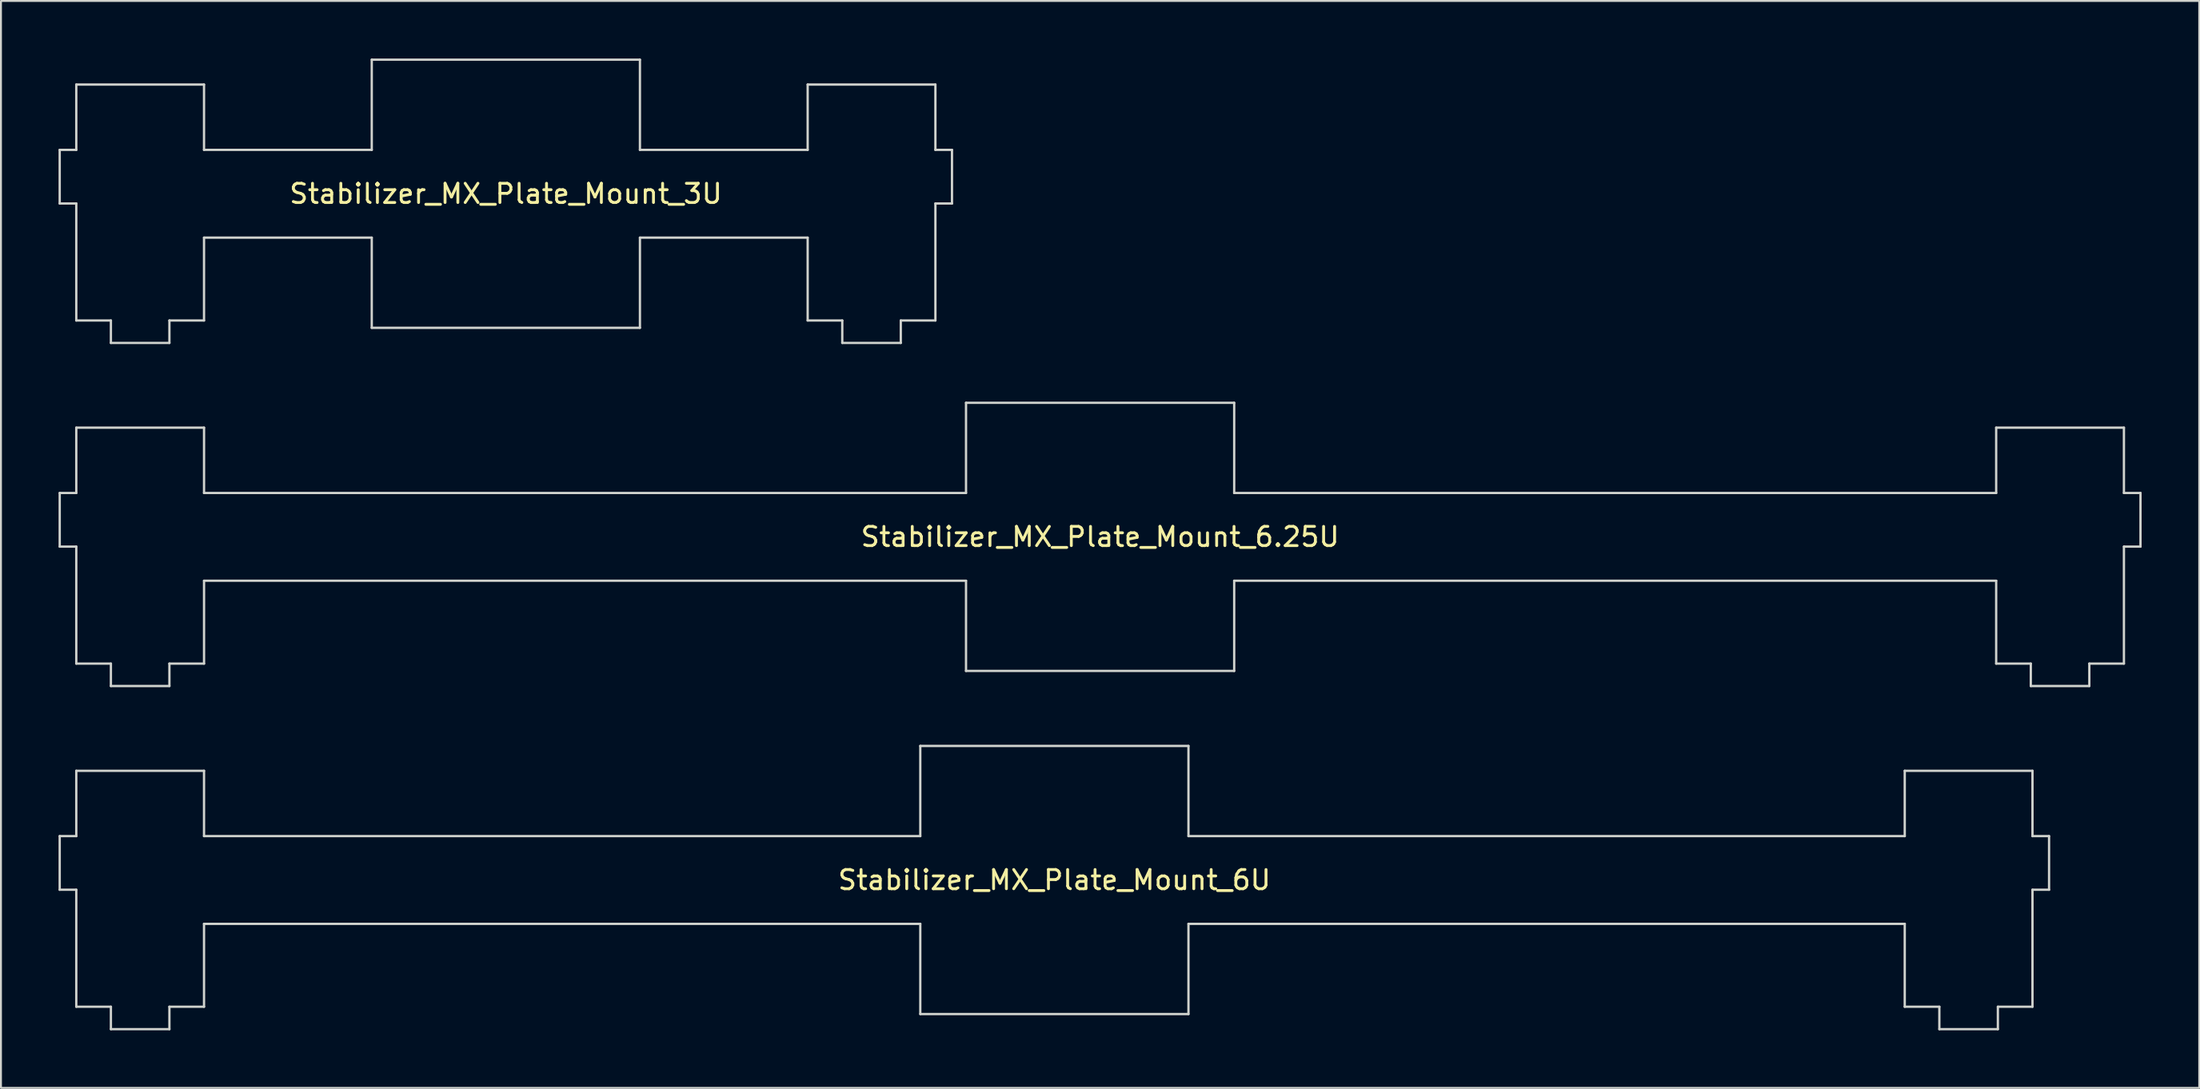
<source format=kicad_pcb>
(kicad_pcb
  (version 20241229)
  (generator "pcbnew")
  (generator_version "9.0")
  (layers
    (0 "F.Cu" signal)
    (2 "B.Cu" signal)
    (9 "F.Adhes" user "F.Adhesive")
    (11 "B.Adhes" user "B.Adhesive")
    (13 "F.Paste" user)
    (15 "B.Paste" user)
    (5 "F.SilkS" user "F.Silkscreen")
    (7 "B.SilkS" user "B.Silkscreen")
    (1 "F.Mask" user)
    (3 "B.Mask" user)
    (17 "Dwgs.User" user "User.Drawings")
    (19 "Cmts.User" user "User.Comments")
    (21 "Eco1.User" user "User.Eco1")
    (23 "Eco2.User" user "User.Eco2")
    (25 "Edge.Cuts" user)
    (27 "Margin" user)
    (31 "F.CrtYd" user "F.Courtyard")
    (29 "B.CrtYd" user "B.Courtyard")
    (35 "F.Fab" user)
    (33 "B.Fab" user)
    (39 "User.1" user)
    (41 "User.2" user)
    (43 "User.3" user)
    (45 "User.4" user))
  (footprint "Stabilizer_MX_Plate_Mount_6.25U"
    (layer "F.Cu")
    (at 54.258 24.922)
    (property "Reference" "Stabilizer_MX_Plate_Mount_6.25U" (at 0 0 0) (layer "F.SilkS") (effects (font (size 1 1) (thickness 0.15))))
    (attr through_hole)
    (fp_line (start -54.197 -2.286) (end -54.197 0.508) (stroke (width 0.12) (type solid)) (layer "Edge.Cuts"))
    (fp_line (start -54.197 0.508) (end -53.334 0.508) (stroke (width 0.12) (type solid)) (layer "Edge.Cuts"))
    (fp_line (start -53.334 -5.69) (end -53.334 -2.286) (stroke (width 0.12) (type solid)) (layer "Edge.Cuts"))
    (fp_line (start -53.334 -2.286) (end -54.197 -2.286) (stroke (width 0.12) (type solid)) (layer "Edge.Cuts"))
    (fp_line (start -53.334 0.508) (end -53.334 6.604) (stroke (width 0.12) (type solid)) (layer "Edge.Cuts"))
    (fp_line (start -53.334 6.604) (end -51.531 6.604) (stroke (width 0.12) (type solid)) (layer "Edge.Cuts"))
    (fp_line (start -51.531 6.604) (end -51.531 7.772) (stroke (width 0.12) (type solid)) (layer "Edge.Cuts"))
    (fp_line (start -51.531 7.772) (end -48.483 7.772) (stroke (width 0.12) (type solid)) (layer "Edge.Cuts"))
    (fp_line (start -48.483 6.604) (end -46.679 6.604) (stroke (width 0.12) (type solid)) (layer "Edge.Cuts"))
    (fp_line (start -48.483 7.772) (end -48.483 6.604) (stroke (width 0.12) (type solid)) (layer "Edge.Cuts"))
    (fp_line (start -46.679 -5.69) (end -53.334 -5.69) (stroke (width 0.12) (type solid)) (layer "Edge.Cuts"))
    (fp_line (start -46.679 -2.286) (end -46.679 -5.69) (stroke (width 0.12) (type solid)) (layer "Edge.Cuts"))
    (fp_line (start -46.679 2.286) (end -6.985 2.286) (stroke (width 0.12) (type solid)) (layer "Edge.Cuts"))
    (fp_line (start -46.679 6.604) (end -46.679 2.286) (stroke (width 0.12) (type solid)) (layer "Edge.Cuts"))
    (fp_line (start -6.985 -6.985) (end -6.985 -2.286) (stroke (width 0.12) (type solid)) (layer "Edge.Cuts"))
    (fp_line (start -6.985 -6.985) (end 6.985 -6.985) (stroke (width 0.12) (type solid)) (layer "Edge.Cuts"))
    (fp_line (start -6.985 -2.286) (end -46.679 -2.286) (stroke (width 0.12) (type solid)) (layer "Edge.Cuts"))
    (fp_line (start -6.985 2.286) (end -6.985 6.985) (stroke (width 0.12) (type solid)) (layer "Edge.Cuts"))
    (fp_line (start -6.985 6.985) (end 6.985 6.985) (stroke (width 0.12) (type solid)) (layer "Edge.Cuts"))
    (fp_line (start 6.985 -6.985) (end 6.985 -2.286) (stroke (width 0.12) (type solid)) (layer "Edge.Cuts"))
    (fp_line (start 6.985 -2.286) (end 46.679 -2.286) (stroke (width 0.12) (type solid)) (layer "Edge.Cuts"))
    (fp_line (start 6.985 2.286) (end 6.985 6.985) (stroke (width 0.12) (type solid)) (layer "Edge.Cuts"))
    (fp_line (start 46.679 -5.69) (end 53.334 -5.69) (stroke (width 0.12) (type solid)) (layer "Edge.Cuts"))
    (fp_line (start 46.679 -2.286) (end 46.679 -5.69) (stroke (width 0.12) (type solid)) (layer "Edge.Cuts"))
    (fp_line (start 46.679 2.286) (end 6.985 2.286) (stroke (width 0.12) (type solid)) (layer "Edge.Cuts"))
    (fp_line (start 46.679 6.604) (end 46.679 2.286) (stroke (width 0.12) (type solid)) (layer "Edge.Cuts"))
    (fp_line (start 48.483 6.604) (end 46.679 6.604) (stroke (width 0.12) (type solid)) (layer "Edge.Cuts"))
    (fp_line (start 48.483 7.772) (end 48.483 6.604) (stroke (width 0.12) (type solid)) (layer "Edge.Cuts"))
    (fp_line (start 51.531 6.604) (end 51.531 7.772) (stroke (width 0.12) (type solid)) (layer "Edge.Cuts"))
    (fp_line (start 51.531 7.772) (end 48.483 7.772) (stroke (width 0.12) (type solid)) (layer "Edge.Cuts"))
    (fp_line (start 53.334 -5.69) (end 53.334 -2.286) (stroke (width 0.12) (type solid)) (layer "Edge.Cuts"))
    (fp_line (start 53.334 -2.286) (end 54.197 -2.286) (stroke (width 0.12) (type solid)) (layer "Edge.Cuts"))
    (fp_line (start 53.334 0.508) (end 53.334 6.604) (stroke (width 0.12) (type solid)) (layer "Edge.Cuts"))
    (fp_line (start 53.334 6.604) (end 51.531 6.604) (stroke (width 0.12) (type solid)) (layer "Edge.Cuts"))
    (fp_line (start 54.197 -2.286) (end 54.197 0.508) (stroke (width 0.12) (type solid)) (layer "Edge.Cuts"))
    (fp_line (start 54.197 0.508) (end 53.334 0.508) (stroke (width 0.12) (type solid)) (layer "Edge.Cuts")))
  (footprint "Stabilizer_MX_Plate_Mount_3U"
    (layer "F.Cu")
    (at 23.301 7.045)
    (property "Reference" "Stabilizer_MX_Plate_Mount_3U" (at 0 0 0) (layer "F.SilkS") (effects (font (size 1 1) (thickness 0.15))))
    (attr through_hole)
    (fp_line (start -23.241 -2.286) (end -23.241 0.508) (stroke (width 0.12) (type solid)) (layer "Edge.Cuts"))
    (fp_line (start -23.241 0.508) (end -22.377 0.508) (stroke (width 0.12) (type solid)) (layer "Edge.Cuts"))
    (fp_line (start -22.377 -5.69) (end -22.377 -2.286) (stroke (width 0.12) (type solid)) (layer "Edge.Cuts"))
    (fp_line (start -22.377 -2.286) (end -23.241 -2.286) (stroke (width 0.12) (type solid)) (layer "Edge.Cuts"))
    (fp_line (start -22.377 0.508) (end -22.377 6.604) (stroke (width 0.12) (type solid)) (layer "Edge.Cuts"))
    (fp_line (start -22.377 6.604) (end -20.574 6.604) (stroke (width 0.12) (type solid)) (layer "Edge.Cuts"))
    (fp_line (start -20.574 6.604) (end -20.574 7.772) (stroke (width 0.12) (type solid)) (layer "Edge.Cuts"))
    (fp_line (start -20.574 7.772) (end -17.526 7.772) (stroke (width 0.12) (type solid)) (layer "Edge.Cuts"))
    (fp_line (start -17.526 6.604) (end -15.723 6.604) (stroke (width 0.12) (type solid)) (layer "Edge.Cuts"))
    (fp_line (start -17.526 7.772) (end -17.526 6.604) (stroke (width 0.12) (type solid)) (layer "Edge.Cuts"))
    (fp_line (start -15.723 -5.69) (end -22.377 -5.69) (stroke (width 0.12) (type solid)) (layer "Edge.Cuts"))
    (fp_line (start -15.723 -2.286) (end -15.723 -5.69) (stroke (width 0.12) (type solid)) (layer "Edge.Cuts"))
    (fp_line (start -15.723 2.286) (end -6.985 2.286) (stroke (width 0.12) (type solid)) (layer "Edge.Cuts"))
    (fp_line (start -15.723 6.604) (end -15.723 2.286) (stroke (width 0.12) (type solid)) (layer "Edge.Cuts"))
    (fp_line (start -6.985 -6.985) (end -6.985 -2.286) (stroke (width 0.12) (type solid)) (layer "Edge.Cuts"))
    (fp_line (start -6.985 -6.985) (end 6.985 -6.985) (stroke (width 0.12) (type solid)) (layer "Edge.Cuts"))
    (fp_line (start -6.985 -2.286) (end -15.723 -2.286) (stroke (width 0.12) (type solid)) (layer "Edge.Cuts"))
    (fp_line (start -6.985 2.286) (end -6.985 6.985) (stroke (width 0.12) (type solid)) (layer "Edge.Cuts"))
    (fp_line (start -6.985 6.985) (end 6.985 6.985) (stroke (width 0.12) (type solid)) (layer "Edge.Cuts"))
    (fp_line (start 6.985 -6.985) (end 6.985 -2.286) (stroke (width 0.12) (type solid)) (layer "Edge.Cuts"))
    (fp_line (start 6.985 -2.286) (end 15.723 -2.286) (stroke (width 0.12) (type solid)) (layer "Edge.Cuts"))
    (fp_line (start 6.985 2.286) (end 6.985 6.985) (stroke (width 0.12) (type solid)) (layer "Edge.Cuts"))
    (fp_line (start 15.723 -5.69) (end 22.377 -5.69) (stroke (width 0.12) (type solid)) (layer "Edge.Cuts"))
    (fp_line (start 15.723 -2.286) (end 15.723 -5.69) (stroke (width 0.12) (type solid)) (layer "Edge.Cuts"))
    (fp_line (start 15.723 2.286) (end 6.985 2.286) (stroke (width 0.12) (type solid)) (layer "Edge.Cuts"))
    (fp_line (start 15.723 6.604) (end 15.723 2.286) (stroke (width 0.12) (type solid)) (layer "Edge.Cuts"))
    (fp_line (start 17.526 6.604) (end 15.723 6.604) (stroke (width 0.12) (type solid)) (layer "Edge.Cuts"))
    (fp_line (start 17.526 7.772) (end 17.526 6.604) (stroke (width 0.12) (type solid)) (layer "Edge.Cuts"))
    (fp_line (start 20.574 6.604) (end 20.574 7.772) (stroke (width 0.12) (type solid)) (layer "Edge.Cuts"))
    (fp_line (start 20.574 7.772) (end 17.526 7.772) (stroke (width 0.12) (type solid)) (layer "Edge.Cuts"))
    (fp_line (start 22.377 -5.69) (end 22.377 -2.286) (stroke (width 0.12) (type solid)) (layer "Edge.Cuts"))
    (fp_line (start 22.377 -2.286) (end 23.241 -2.286) (stroke (width 0.12) (type solid)) (layer "Edge.Cuts"))
    (fp_line (start 22.377 0.508) (end 22.377 6.604) (stroke (width 0.12) (type solid)) (layer "Edge.Cuts"))
    (fp_line (start 22.377 6.604) (end 20.574 6.604) (stroke (width 0.12) (type solid)) (layer "Edge.Cuts"))
    (fp_line (start 23.241 -2.286) (end 23.241 0.508) (stroke (width 0.12) (type solid)) (layer "Edge.Cuts"))
    (fp_line (start 23.241 0.508) (end 22.377 0.508) (stroke (width 0.12) (type solid)) (layer "Edge.Cuts")))
  (footprint "Stabilizer_MX_Plate_Mount_6U"
    (layer "F.Cu")
    (at 51.876 42.8)
    (property "Reference" "Stabilizer_MX_Plate_Mount_6U" (at 0 0 0) (layer "F.SilkS") (effects (font (size 1 1) (thickness 0.15))))
    (attr through_hole)
    (fp_line (start -51.816 -2.286) (end -51.816 0.508) (stroke (width 0.12) (type solid)) (layer "Edge.Cuts"))
    (fp_line (start -51.816 0.508) (end -50.952 0.508) (stroke (width 0.12) (type solid)) (layer "Edge.Cuts"))
    (fp_line (start -50.952 -5.69) (end -50.952 -2.286) (stroke (width 0.12) (type solid)) (layer "Edge.Cuts"))
    (fp_line (start -50.952 -2.286) (end -51.816 -2.286) (stroke (width 0.12) (type solid)) (layer "Edge.Cuts"))
    (fp_line (start -50.952 0.508) (end -50.952 6.604) (stroke (width 0.12) (type solid)) (layer "Edge.Cuts"))
    (fp_line (start -50.952 6.604) (end -49.149 6.604) (stroke (width 0.12) (type solid)) (layer "Edge.Cuts"))
    (fp_line (start -49.149 6.604) (end -49.149 7.772) (stroke (width 0.12) (type solid)) (layer "Edge.Cuts"))
    (fp_line (start -49.149 7.772) (end -46.101 7.772) (stroke (width 0.12) (type solid)) (layer "Edge.Cuts"))
    (fp_line (start -46.101 6.604) (end -44.298 6.604) (stroke (width 0.12) (type solid)) (layer "Edge.Cuts"))
    (fp_line (start -46.101 7.772) (end -46.101 6.604) (stroke (width 0.12) (type solid)) (layer "Edge.Cuts"))
    (fp_line (start -44.298 -5.69) (end -50.952 -5.69) (stroke (width 0.12) (type solid)) (layer "Edge.Cuts"))
    (fp_line (start -44.298 -2.286) (end -44.298 -5.69) (stroke (width 0.12) (type solid)) (layer "Edge.Cuts"))
    (fp_line (start -44.298 2.286) (end -6.985 2.286) (stroke (width 0.12) (type solid)) (layer "Edge.Cuts"))
    (fp_line (start -44.298 6.604) (end -44.298 2.286) (stroke (width 0.12) (type solid)) (layer "Edge.Cuts"))
    (fp_line (start -6.985 -6.985) (end -6.985 -2.286) (stroke (width 0.12) (type solid)) (layer "Edge.Cuts"))
    (fp_line (start -6.985 -6.985) (end 6.985 -6.985) (stroke (width 0.12) (type solid)) (layer "Edge.Cuts"))
    (fp_line (start -6.985 -2.286) (end -44.298 -2.286) (stroke (width 0.12) (type solid)) (layer "Edge.Cuts"))
    (fp_line (start -6.985 2.286) (end -6.985 6.985) (stroke (width 0.12) (type solid)) (layer "Edge.Cuts"))
    (fp_line (start -6.985 6.985) (end 6.985 6.985) (stroke (width 0.12) (type solid)) (layer "Edge.Cuts"))
    (fp_line (start 6.985 -6.985) (end 6.985 -2.286) (stroke (width 0.12) (type solid)) (layer "Edge.Cuts"))
    (fp_line (start 6.985 -2.286) (end 44.298 -2.286) (stroke (width 0.12) (type solid)) (layer "Edge.Cuts"))
    (fp_line (start 6.985 2.286) (end 6.985 6.985) (stroke (width 0.12) (type solid)) (layer "Edge.Cuts"))
    (fp_line (start 44.298 -5.69) (end 50.952 -5.69) (stroke (width 0.12) (type solid)) (layer "Edge.Cuts"))
    (fp_line (start 44.298 -2.286) (end 44.298 -5.69) (stroke (width 0.12) (type solid)) (layer "Edge.Cuts"))
    (fp_line (start 44.298 2.286) (end 6.985 2.286) (stroke (width 0.12) (type solid)) (layer "Edge.Cuts"))
    (fp_line (start 44.298 6.604) (end 44.298 2.286) (stroke (width 0.12) (type solid)) (layer "Edge.Cuts"))
    (fp_line (start 46.101 6.604) (end 44.298 6.604) (stroke (width 0.12) (type solid)) (layer "Edge.Cuts"))
    (fp_line (start 46.101 7.772) (end 46.101 6.604) (stroke (width 0.12) (type solid)) (layer "Edge.Cuts"))
    (fp_line (start 49.149 6.604) (end 49.149 7.772) (stroke (width 0.12) (type solid)) (layer "Edge.Cuts"))
    (fp_line (start 49.149 7.772) (end 46.101 7.772) (stroke (width 0.12) (type solid)) (layer "Edge.Cuts"))
    (fp_line (start 50.952 -5.69) (end 50.952 -2.286) (stroke (width 0.12) (type solid)) (layer "Edge.Cuts"))
    (fp_line (start 50.952 -2.286) (end 51.816 -2.286) (stroke (width 0.12) (type solid)) (layer "Edge.Cuts"))
    (fp_line (start 50.952 0.508) (end 50.952 6.604) (stroke (width 0.12) (type solid)) (layer "Edge.Cuts"))
    (fp_line (start 50.952 6.604) (end 49.149 6.604) (stroke (width 0.12) (type solid)) (layer "Edge.Cuts"))
    (fp_line (start 51.816 -2.286) (end 51.816 0.508) (stroke (width 0.12) (type solid)) (layer "Edge.Cuts"))
    (fp_line (start 51.816 0.508) (end 50.952 0.508) (stroke (width 0.12) (type solid)) (layer "Edge.Cuts")))
  (gr_rect
    (start -3 -3)
    (end 111.515 53.632)
    (stroke (width 0.1) (type default))
    (fill no)
    (layer "Edge.Cuts")))
</source>
